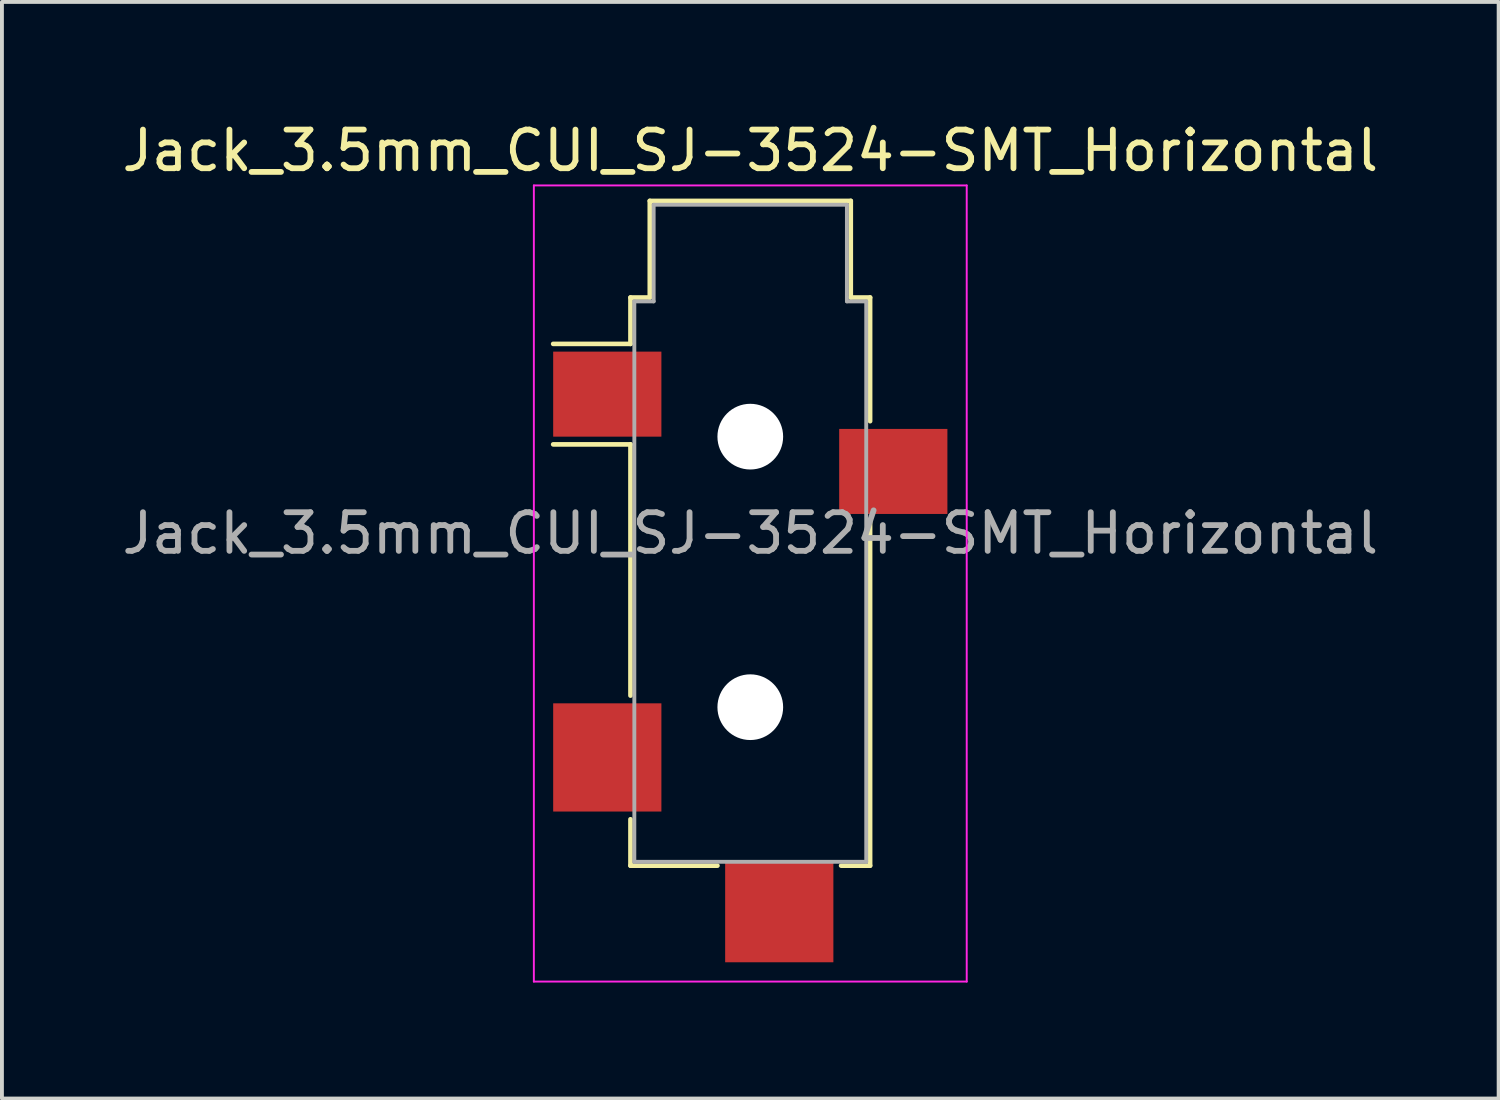
<source format=kicad_pcb>
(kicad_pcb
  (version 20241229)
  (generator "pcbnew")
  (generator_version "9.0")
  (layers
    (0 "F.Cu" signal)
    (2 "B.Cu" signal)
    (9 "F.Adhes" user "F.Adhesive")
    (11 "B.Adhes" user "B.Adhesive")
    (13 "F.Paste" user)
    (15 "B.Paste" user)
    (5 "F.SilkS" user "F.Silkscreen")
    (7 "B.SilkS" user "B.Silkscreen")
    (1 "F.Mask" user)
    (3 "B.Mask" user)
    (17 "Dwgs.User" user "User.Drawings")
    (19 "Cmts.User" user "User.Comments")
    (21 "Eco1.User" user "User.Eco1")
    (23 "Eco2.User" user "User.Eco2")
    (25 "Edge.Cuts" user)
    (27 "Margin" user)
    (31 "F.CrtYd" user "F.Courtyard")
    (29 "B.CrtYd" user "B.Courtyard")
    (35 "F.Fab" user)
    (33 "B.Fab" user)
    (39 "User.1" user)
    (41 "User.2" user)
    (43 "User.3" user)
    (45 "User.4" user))
  (footprint "Jack_3.5mm_CUI_SJ-3524-SMT_Horizontal"
    (layer "F.Cu")
    (at 16.363 10.748)
    (property "Reference" "Jack_3.5mm_CUI_SJ-3524-SMT_Horizontal" (at 0 -9.9 0) (layer "F.SilkS") (effects (font (size 1 1) (thickness 0.15))))
    (attr smd)
    (fp_line (start -3.1 -6.1) (end -2.6 -6.1) (stroke (width 0.12) (type solid)) (layer "F.SilkS"))
    (fp_line (start -3.1 -4.9) (end -5.1 -4.9) (stroke (width 0.12) (type solid)) (layer "F.SilkS"))
    (fp_line (start -3.1 -4.9) (end -3.1 -6.1) (stroke (width 0.12) (type solid)) (layer "F.SilkS"))
    (fp_line (start -3.1 -2.3) (end -5.1 -2.3) (stroke (width 0.12) (type solid)) (layer "F.SilkS"))
    (fp_line (start -3.1 4.2) (end -3.1 -2.3) (stroke (width 0.12) (type solid)) (layer "F.SilkS"))
    (fp_line (start -3.1 8.6) (end -3.1 7.4) (stroke (width 0.12) (type solid)) (layer "F.SilkS"))
    (fp_line (start -2.6 -8.6) (end 2.6 -8.6) (stroke (width 0.12) (type solid)) (layer "F.SilkS"))
    (fp_line (start -2.6 -6.1) (end -2.6 -8.6) (stroke (width 0.12) (type solid)) (layer "F.SilkS"))
    (fp_line (start -0.85 8.6) (end -3.1 8.6) (stroke (width 0.12) (type solid)) (layer "F.SilkS"))
    (fp_line (start 2.6 -8.6) (end 2.6 -6.1) (stroke (width 0.12) (type solid)) (layer "F.SilkS"))
    (fp_line (start 2.6 -6.1) (end 3.1 -6.1) (stroke (width 0.12) (type solid)) (layer "F.SilkS"))
    (fp_line (start 3.1 -6.1) (end 3.1 -2.9) (stroke (width 0.12) (type solid)) (layer "F.SilkS"))
    (fp_line (start 3.1 -0.3) (end 3.1 8.6) (stroke (width 0.12) (type solid)) (layer "F.SilkS"))
    (fp_line (start 3.1 8.6) (end 2.35 8.6) (stroke (width 0.12) (type solid)) (layer "F.SilkS"))
    (fp_line (start -5.6 -9) (end 5.6 -9) (stroke (width 0.05) (type solid)) (layer "F.CrtYd"))
    (fp_line (start -5.6 11.6) (end -5.6 -9) (stroke (width 0.05) (type solid)) (layer "F.CrtYd"))
    (fp_line (start 5.6 -9) (end 5.6 11.6) (stroke (width 0.05) (type solid)) (layer "F.CrtYd"))
    (fp_line (start 5.6 11.6) (end -5.6 11.6) (stroke (width 0.05) (type solid)) (layer "F.CrtYd"))
    (fp_line (start -3 -6) (end -2.5 -6) (stroke (width 0.1) (type solid)) (layer "F.Fab"))
    (fp_line (start -3 8.5) (end -3 -6) (stroke (width 0.1) (type solid)) (layer "F.Fab"))
    (fp_line (start -2.5 -8.5) (end 2.5 -8.5) (stroke (width 0.1) (type solid)) (layer "F.Fab"))
    (fp_line (start -2.5 -6) (end -2.5 -8.5) (stroke (width 0.1) (type solid)) (layer "F.Fab"))
    (fp_line (start 2.5 -8.5) (end 2.5 -6) (stroke (width 0.1) (type solid)) (layer "F.Fab"))
    (fp_line (start 2.5 -6) (end 3 -6) (stroke (width 0.1) (type solid)) (layer "F.Fab"))
    (fp_line (start 3 -6) (end 3 8.5) (stroke (width 0.1) (type solid)) (layer "F.Fab"))
    (fp_line (start 3 8.5) (end -3 8.5) (stroke (width 0.1) (type solid)) (layer "F.Fab"))
    (fp_text user "${REFERENCE}" (at 0 0 0) (layer "F.Fab") (effects (font (size 1 1) (thickness 0.15))))
    (pad "" np_thru_hole circle (at 0 -2.5) (size 1.7 1.7) (drill 1.7) (layers "*.Cu" "*.Mask"))
    (pad "" np_thru_hole circle (at 0 4.5) (size 1.7 1.7) (drill 1.7) (layers "*.Cu" "*.Mask"))
    (pad "1" smd rect (at -3.7 -3.6) (size 2.8 2.2) (layers "F.Cu" "F.Mask" "F.Paste"))
    (pad "2" smd rect (at -3.7 5.8) (size 2.8 2.8) (layers "F.Cu" "F.Mask" "F.Paste"))
    (pad "3" smd rect (at 3.7 -1.6) (size 2.8 2.2) (layers "F.Cu" "F.Mask" "F.Paste"))
    (pad "4" smd rect (at 0.75 9.8) (size 2.8 2.6) (layers "F.Cu" "F.Mask" "F.Paste")))
  (gr_rect
    (start -3 -3)
    (end 35.726 25.373)
    (stroke (width 0.1) (type default))
    (fill no)
    (layer "Edge.Cuts")))
</source>
